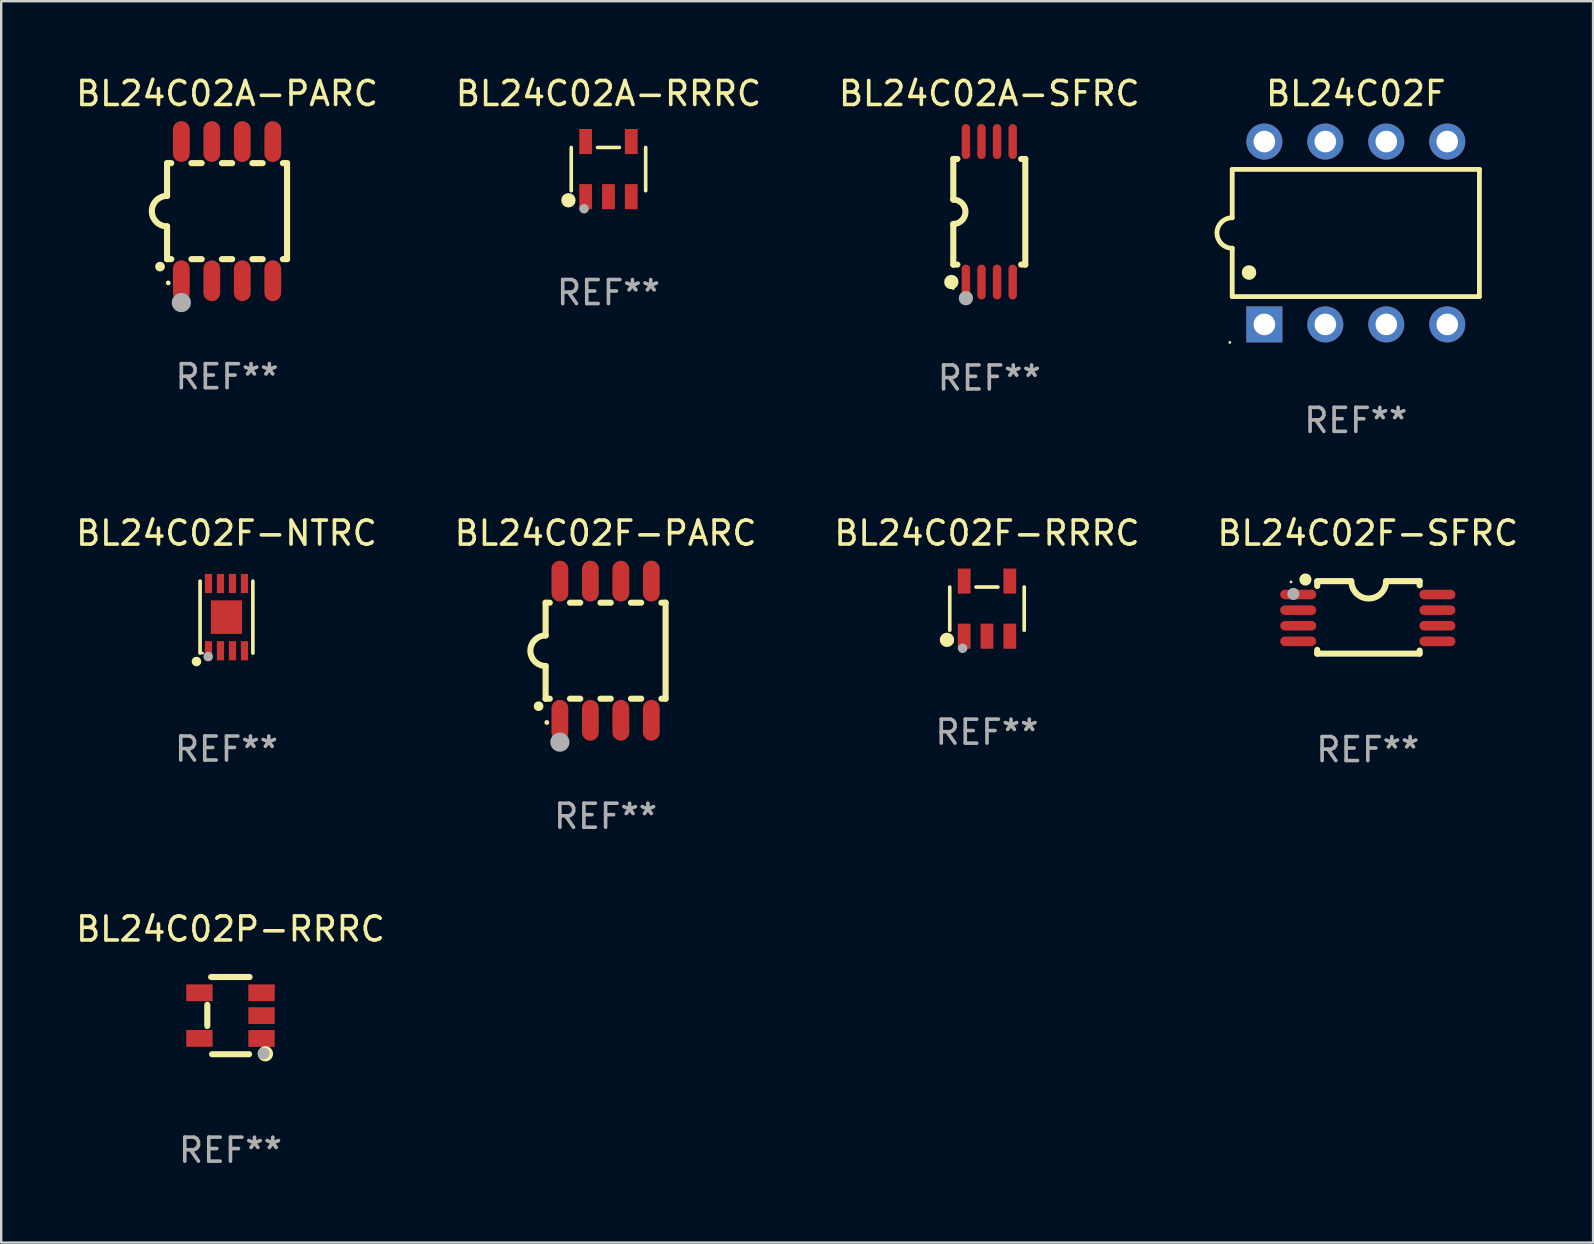
<source format=kicad_pcb>
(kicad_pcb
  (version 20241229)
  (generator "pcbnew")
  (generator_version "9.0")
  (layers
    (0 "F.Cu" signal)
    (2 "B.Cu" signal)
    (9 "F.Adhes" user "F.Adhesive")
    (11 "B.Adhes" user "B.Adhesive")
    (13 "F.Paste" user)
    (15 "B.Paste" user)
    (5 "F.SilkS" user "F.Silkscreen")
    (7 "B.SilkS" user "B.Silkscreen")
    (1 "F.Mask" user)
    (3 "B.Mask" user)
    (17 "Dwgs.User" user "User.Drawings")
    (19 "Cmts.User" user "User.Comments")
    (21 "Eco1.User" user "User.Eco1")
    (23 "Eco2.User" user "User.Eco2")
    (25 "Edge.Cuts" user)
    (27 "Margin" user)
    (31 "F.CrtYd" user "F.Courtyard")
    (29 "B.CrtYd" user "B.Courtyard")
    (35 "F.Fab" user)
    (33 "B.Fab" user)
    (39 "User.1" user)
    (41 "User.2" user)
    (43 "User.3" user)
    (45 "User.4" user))
  (footprint "BL24C02A-SFRC"
    (layer "F.Cu")
    (at 38.173 5.775)
    (property "Reference" "BL24C02A-SFRC" (at 0 -4.927 0) (layer "F.SilkS") (effects (font (size 1 1) (thickness 0.15))))
    (attr through_hole)
    (fp_line (start -1.5 -2.2) (end -1.5 -0.508) (stroke (width 0.254) (type solid)) (layer "F.SilkS"))
    (fp_line (start -1.5 -2.2) (end -1.328 -2.2) (stroke (width 0.254) (type solid)) (layer "F.SilkS"))
    (fp_line (start -1.5 2.2) (end -1.5 0.508) (stroke (width 0.254) (type solid)) (layer "F.SilkS"))
    (fp_line (start -1.5 2.2) (end -1.328 2.2) (stroke (width 0.254) (type solid)) (layer "F.SilkS"))
    (fp_line (start 1.328 -2.2) (end 1.5 -2.2) (stroke (width 0.254) (type solid)) (layer "F.SilkS"))
    (fp_line (start 1.328 2.2) (end 1.5 2.2) (stroke (width 0.254) (type solid)) (layer "F.SilkS"))
    (fp_line (start 1.5 -2.2) (end 1.5 2.2) (stroke (width 0.254) (type solid)) (layer "F.SilkS"))
    (fp_arc (start -1.501144 -0.508) (mid -0.993143 -0.000571) (end -1.5 0.508001) (stroke (width 0.254001) (type solid)) (layer "F.SilkS"))
    (fp_circle (center -1.581 2.927) (end -1.431 2.927) (stroke (width 0.3) (type solid)) (fill no) (layer "F.SilkS"))
    (fp_circle (center -1.5 3.2) (end -1.47 3.2) (stroke (width 0.06) (type solid)) (fill no) (layer "F.SilkS"))
    (fp_circle (center -0.975 3.6) (end -0.825 3.6) (stroke (width 0.3) (type solid)) (fill no) (layer "F.Fab"))
    (fp_text user "REF**" (at 0 6.927 0) (layer "F.Fab") (effects (font (size 1 1) (thickness 0.15))))
    (pad "1" smd oval (at -0.975 2.927) (size 0.353 1.454) (layers "F.Cu" "F.Mask" "F.Paste"))
    (pad "2" smd oval (at -0.325 2.927) (size 0.353 1.454) (layers "F.Cu" "F.Mask" "F.Paste"))
    (pad "3" smd oval (at 0.325 2.927) (size 0.353 1.454) (layers "F.Cu" "F.Mask" "F.Paste"))
    (pad "4" smd oval (at 0.975 2.927) (size 0.353 1.454) (layers "F.Cu" "F.Mask" "F.Paste"))
    (pad "5" smd oval (at 0.975 -2.927) (size 0.353 1.454) (layers "F.Cu" "F.Mask" "F.Paste"))
    (pad "6" smd oval (at 0.325 -2.927) (size 0.353 1.454) (layers "F.Cu" "F.Mask" "F.Paste"))
    (pad "7" smd oval (at -0.325 -2.927) (size 0.353 1.454) (layers "F.Cu" "F.Mask" "F.Paste"))
    (pad "8" smd oval (at -0.975 -2.927) (size 0.353 1.454) (layers "F.Cu" "F.Mask" "F.Paste")))
  (footprint "BL24C02F"
    (layer "F.Cu")
    (at 53.446 6.658)
    (property "Reference" "BL24C02F" (at 0 -5.81 0) (layer "F.SilkS") (effects (font (size 1 1) (thickness 0.15))))
    (attr through_hole)
    (fp_line (start -5.15 -2.65) (end 5.15 -2.65) (stroke (width 0.2) (type solid)) (layer "F.SilkS"))
    (fp_line (start -5.15 -0.635) (end -5.15 -2.65) (stroke (width 0.2) (type solid)) (layer "F.SilkS"))
    (fp_line (start -5.15 2.65) (end -5.15 0.635) (stroke (width 0.2) (type solid)) (layer "F.SilkS"))
    (fp_line (start 5.15 -2.65) (end 5.15 2.65) (stroke (width 0.2) (type solid)) (layer "F.SilkS"))
    (fp_line (start 5.15 2.65) (end -5.15 2.65) (stroke (width 0.2) (type solid)) (layer "F.SilkS"))
    (fp_arc (start -5.15113 0.635001) (mid -5.786131 0) (end -5.15113 -0.635001) (stroke (width 0.2) (type solid)) (layer "F.SilkS"))
    (fp_arc (start -4.450089 1.651003) (mid -4.4501 1.648463) (end -4.450089 1.645923) (stroke (width 0.6) (type solid)) (layer "F.SilkS"))
    (fp_circle (center -5.25 4.56) (end -5.22 4.56) (stroke (width 0.06) (type solid)) (fill no) (layer "F.SilkS"))
    (fp_text user "REF**" (at 0 7.81 0) (layer "F.Fab") (effects (font (size 1 1) (thickness 0.15))))
    (pad "1" thru_hole rect (at -3.81 3.81 90) (size 1.5 1.5) (drill 0.9) (layers "*.Cu" "*.Mask"))
    (pad "2" thru_hole circle (at -1.27 3.81) (size 1.5 1.5) (drill 0.9) (layers "*.Cu" "*.Mask"))
    (pad "3" thru_hole circle (at 1.27 3.81) (size 1.5 1.5) (drill 0.9) (layers "*.Cu" "*.Mask"))
    (pad "4" thru_hole circle (at 3.81 3.81) (size 1.5 1.5) (drill 0.9) (layers "*.Cu" "*.Mask"))
    (pad "5" thru_hole circle (at 3.81 -3.81) (size 1.5 1.5) (drill 0.9) (layers "*.Cu" "*.Mask"))
    (pad "6" thru_hole circle (at 1.27 -3.81) (size 1.5 1.5) (drill 0.9) (layers "*.Cu" "*.Mask"))
    (pad "7" thru_hole circle (at -1.27 -3.81) (size 1.5 1.5) (drill 0.9) (layers "*.Cu" "*.Mask"))
    (pad "8" thru_hole circle (at -3.81 -3.81) (size 1.5 1.5) (drill 0.9) (layers "*.Cu" "*.Mask")))
  (footprint "BL24C02F-SFRC"
    (layer "F.Cu")
    (at 53.946 22.676)
    (property "Reference" "BL24C02F-SFRC" (at 0 -3.511 0) (layer "F.SilkS") (effects (font (size 1 1) (thickness 0.15))))
    (attr through_hole)
    (fp_line (start -2.108 -1.511) (end -0.711 -1.511) (stroke (width 0.254) (type solid)) (layer "F.SilkS"))
    (fp_line (start -2.108 -1.309) (end -2.108 -1.486) (stroke (width 0.254) (type solid)) (layer "F.SilkS"))
    (fp_line (start -2.108 1.511) (end -2.108 1.355) (stroke (width 0.254) (type solid)) (layer "F.SilkS"))
    (fp_line (start 0.762 -1.511) (end 2.159 -1.511) (stroke (width 0.254) (type solid)) (layer "F.SilkS"))
    (fp_line (start 2.159 -1.511) (end 2.159 -1.339) (stroke (width 0.254) (type solid)) (layer "F.SilkS"))
    (fp_line (start 2.159 1.384) (end 2.159 1.511) (stroke (width 0.254) (type solid)) (layer "F.SilkS"))
    (fp_line (start 2.159 1.511) (end -2.108 1.511) (stroke (width 0.254) (type solid)) (layer "F.SilkS"))
    (fp_arc (start 0.762002 -1.511303) (mid 0.0381 -0.787401) (end -0.685802 -1.511303) (stroke (width 0.254001) (type solid)) (layer "F.SilkS"))
    (fp_circle (center -3.2 -1.477) (end -3.17 -1.477) (stroke (width 0.06) (type solid)) (fill no) (layer "F.SilkS"))
    (fp_circle (center -2.6 -1.577) (end -2.473 -1.577) (stroke (width 0.254) (type solid)) (fill no) (layer "F.SilkS"))
    (fp_circle (center -3.1 -0.977) (end -2.973 -0.977) (stroke (width 0.254) (type solid)) (fill no) (layer "F.Fab"))
    (fp_text user "REF**" (at 0 5.511 0) (layer "F.Fab") (effects (font (size 1 1) (thickness 0.15))))
    (pad "1" smd oval (at -2.9 -0.953 90) (size 0.4 1.5) (layers "F.Cu" "F.Mask" "F.Paste"))
    (pad "2" smd oval (at -2.9 -0.302 90) (size 0.4 1.5) (layers "F.Cu" "F.Mask" "F.Paste"))
    (pad "3" smd oval (at -2.9 0.348 90) (size 0.4 1.5) (layers "F.Cu" "F.Mask" "F.Paste"))
    (pad "4" smd oval (at -2.9 0.998 90) (size 0.4 1.5) (layers "F.Cu" "F.Mask" "F.Paste"))
    (pad "5" smd oval (at 2.9 0.998 90) (size 0.4 1.5) (layers "F.Cu" "F.Mask" "F.Paste"))
    (pad "6" smd oval (at 2.9 0.348 90) (size 0.4 1.5) (layers "F.Cu" "F.Mask" "F.Paste"))
    (pad "7" smd oval (at 2.9 -0.302 90) (size 0.4 1.5) (layers "F.Cu" "F.Mask" "F.Paste"))
    (pad "8" smd oval (at 2.9 -0.953 90) (size 0.4 1.5) (layers "F.Cu" "F.Mask" "F.Paste")))
  (footprint "BL24C02F-NTRC"
    (layer "F.Cu")
    (at 6.387 22.665)
    (property "Reference" "BL24C02F-NTRC" (at 0 -3.5 0) (layer "F.SilkS") (effects (font (size 1 1) (thickness 0.15))))
    (attr through_hole)
    (fp_line (start -1.1 1.5) (end -1.1 -1.5) (stroke (width 0.152) (type solid)) (layer "F.SilkS"))
    (fp_line (start 1.1 -1.5) (end 1.1 1.5) (stroke (width 0.152) (type solid)) (layer "F.SilkS"))
    (fp_circle (center -1.25 1.85) (end -1.15 1.85) (stroke (width 0.2) (type solid)) (fill no) (layer "F.SilkS"))
    (fp_circle (center -1 1.5) (end -0.97 1.5) (stroke (width 0.06) (type solid)) (fill no) (layer "F.SilkS"))
    (fp_circle (center -0.763 1.644) (end -0.663 1.644) (stroke (width 0.2) (type solid)) (fill no) (layer "F.Fab"))
    (fp_text user "REF**" (at 0 5.5 0) (layer "F.Fab") (effects (font (size 1 1) (thickness 0.15))))
    (pad "1" smd rect (at -0.75 1.4 180) (size 0.3 0.8) (layers "F.Cu" "F.Mask" "F.Paste"))
    (pad "2" smd rect (at -0.25 1.4) (size 0.3 0.8) (layers "F.Cu" "F.Mask" "F.Paste"))
    (pad "3" smd rect (at 0.25 1.4) (size 0.3 0.8) (layers "F.Cu" "F.Mask" "F.Paste"))
    (pad "4" smd rect (at 0.75 1.4) (size 0.3 0.8) (layers "F.Cu" "F.Mask" "F.Paste"))
    (pad "5" smd rect (at 0.75 -1.4) (size 0.3 0.8) (layers "F.Cu" "F.Mask" "F.Paste"))
    (pad "6" smd rect (at 0.25 -1.4) (size 0.3 0.8) (layers "F.Cu" "F.Mask" "F.Paste"))
    (pad "7" smd rect (at -0.25 -1.4) (size 0.3 0.8) (layers "F.Cu" "F.Mask" "F.Paste"))
    (pad "8" smd rect (at -0.75 -1.4) (size 0.3 0.8) (layers "F.Cu" "F.Mask" "F.Paste"))
    (pad "9" smd rect (at 0 0 180) (size 1.3 1.4) (layers "F.Cu" "F.Mask" "F.Paste")))
  (footprint "BL24C02A-RRRC"
    (layer "F.Cu")
    (at 22.304 3.996)
    (property "Reference" "BL24C02A-RRRC" (at 0 -3.148 0) (layer "F.SilkS") (effects (font (size 1 1) (thickness 0.15))))
    (attr through_hole)
    (fp_line (start -1.551 0.901) (end -1.551 -0.901) (stroke (width 0.152) (type solid)) (layer "F.SilkS"))
    (fp_line (start 0.455 -0.901) (end -0.455 -0.901) (stroke (width 0.152) (type solid)) (layer "F.SilkS"))
    (fp_line (start 1.551 0.901) (end 1.551 -0.901) (stroke (width 0.152) (type solid)) (layer "F.SilkS"))
    (fp_circle (center -1.668 1.3) (end -1.518 1.3) (stroke (width 0.3) (type solid)) (fill no) (layer "F.SilkS"))
    (fp_circle (center -1.45 1.4) (end -1.42 1.4) (stroke (width 0.06) (type solid)) (fill no) (layer "F.SilkS"))
    (fp_circle (center -1.016 1.651) (end -0.916 1.651) (stroke (width 0.2) (type solid)) (fill no) (layer "F.Fab"))
    (fp_text user "REF**" (at 0 5.148 0) (layer "F.Fab") (effects (font (size 1 1) (thickness 0.15))))
    (pad "1" smd rect (at -0.95 1.148) (size 0.532 1.045) (layers "F.Cu" "F.Mask" "F.Paste"))
    (pad "2" smd rect (at 0 1.148) (size 0.532 1.045) (layers "F.Cu" "F.Mask" "F.Paste"))
    (pad "3" smd rect (at 0.95 1.148) (size 0.532 1.045) (layers "F.Cu" "F.Mask" "F.Paste"))
    (pad "4" smd rect (at 0.95 -1.148) (size 0.532 1.045) (layers "F.Cu" "F.Mask" "F.Paste"))
    (pad "5" smd rect (at -0.95 -1.148) (size 0.532 1.045) (layers "F.Cu" "F.Mask" "F.Paste")))
  (footprint "BL24C02F-PARC"
    (layer "F.Cu")
    (at 22.185 24.065)
    (property "Reference" "BL24C02F-PARC" (at 0 -4.9 0) (layer "F.SilkS") (effects (font (size 1 1) (thickness 0.15))))
    (attr through_hole)
    (fp_line (start -2.5 -2) (end -2.5 -0.635) (stroke (width 0.254) (type solid)) (layer "F.SilkS"))
    (fp_line (start -2.5 -2) (end -2.326 -2) (stroke (width 0.254) (type solid)) (layer "F.SilkS"))
    (fp_line (start -2.5 2) (end -2.5 0.635) (stroke (width 0.254) (type solid)) (layer "F.SilkS"))
    (fp_line (start -2.5 2) (end -2.326 2) (stroke (width 0.254) (type solid)) (layer "F.SilkS"))
    (fp_line (start -1.484 -2) (end -1.056 -2) (stroke (width 0.254) (type solid)) (layer "F.SilkS"))
    (fp_line (start -1.484 2) (end -1.056 2) (stroke (width 0.254) (type solid)) (layer "F.SilkS"))
    (fp_line (start -0.214 -2) (end 0.214 -2) (stroke (width 0.254) (type solid)) (layer "F.SilkS"))
    (fp_line (start -0.214 2) (end 0.214 2) (stroke (width 0.254) (type solid)) (layer "F.SilkS"))
    (fp_line (start 1.056 -2) (end 1.484 -2) (stroke (width 0.254) (type solid)) (layer "F.SilkS"))
    (fp_line (start 1.056 2) (end 1.484 2) (stroke (width 0.254) (type solid)) (layer "F.SilkS"))
    (fp_line (start 2.326 -2) (end 2.5 -2) (stroke (width 0.254) (type solid)) (layer "F.SilkS"))
    (fp_line (start 2.326 2) (end 2.5 2) (stroke (width 0.254) (type solid)) (layer "F.SilkS"))
    (fp_line (start 2.5 -2) (end 2.5 2) (stroke (width 0.254) (type solid)) (layer "F.SilkS"))
    (fp_arc (start -2.794006 2.311405) (mid -2.792736 2.311401) (end -2.791466 2.311405) (stroke (width 0.4) (type solid)) (layer "F.SilkS"))
    (fp_arc (start -2.5 0.635001) (mid -3.134366 -0.000318) (end -2.499365 -0.635001) (stroke (width 0.254001) (type solid)) (layer "F.SilkS"))
    (fp_circle (center -2.45 2.99) (end -2.4 2.99) (stroke (width 0.1) (type solid)) (fill no) (layer "F.SilkS"))
    (fp_circle (center -1.905 3.81) (end -1.705 3.81) (stroke (width 0.4) (type solid)) (fill no) (layer "F.Fab"))
    (fp_text user "REF**" (at 0 6.9 0) (layer "F.Fab") (effects (font (size 1 1) (thickness 0.15))))
    (pad "1" smd oval (at -1.905 2.9 180) (size 0.7 1.7) (layers "F.Cu" "F.Mask" "F.Paste"))
    (pad "2" smd oval (at -0.635 2.9 180) (size 0.7 1.7) (layers "F.Cu" "F.Mask" "F.Paste"))
    (pad "3" smd oval (at 0.635 2.9 180) (size 0.7 1.7) (layers "F.Cu" "F.Mask" "F.Paste"))
    (pad "4" smd oval (at 1.905 2.9 180) (size 0.7 1.7) (layers "F.Cu" "F.Mask" "F.Paste"))
    (pad "5" smd oval (at 1.905 -2.9 180) (size 0.7 1.7) (layers "F.Cu" "F.Mask" "F.Paste"))
    (pad "6" smd oval (at 0.635 -2.9 180) (size 0.7 1.7) (layers "F.Cu" "F.Mask" "F.Paste"))
    (pad "7" smd oval (at -0.635 -2.9 180) (size 0.7 1.7) (layers "F.Cu" "F.Mask" "F.Paste"))
    (pad "8" smd oval (at -1.905 -2.9 180) (size 0.7 1.7) (layers "F.Cu" "F.Mask" "F.Paste")))
  (footprint "BL24C02A-PARC"
    (layer "F.Cu")
    (at 6.411 5.748)
    (property "Reference" "BL24C02A-PARC" (at 0 -4.9 0) (layer "F.SilkS") (effects (font (size 1 1) (thickness 0.15))))
    (attr through_hole)
    (fp_line (start -2.5 -2) (end -2.5 -0.635) (stroke (width 0.254) (type solid)) (layer "F.SilkS"))
    (fp_line (start -2.5 -2) (end -2.326 -2) (stroke (width 0.254) (type solid)) (layer "F.SilkS"))
    (fp_line (start -2.5 2) (end -2.5 0.635) (stroke (width 0.254) (type solid)) (layer "F.SilkS"))
    (fp_line (start -2.5 2) (end -2.326 2) (stroke (width 0.254) (type solid)) (layer "F.SilkS"))
    (fp_line (start -1.484 -2) (end -1.056 -2) (stroke (width 0.254) (type solid)) (layer "F.SilkS"))
    (fp_line (start -1.484 2) (end -1.056 2) (stroke (width 0.254) (type solid)) (layer "F.SilkS"))
    (fp_line (start -0.214 -2) (end 0.214 -2) (stroke (width 0.254) (type solid)) (layer "F.SilkS"))
    (fp_line (start -0.214 2) (end 0.214 2) (stroke (width 0.254) (type solid)) (layer "F.SilkS"))
    (fp_line (start 1.056 -2) (end 1.484 -2) (stroke (width 0.254) (type solid)) (layer "F.SilkS"))
    (fp_line (start 1.056 2) (end 1.484 2) (stroke (width 0.254) (type solid)) (layer "F.SilkS"))
    (fp_line (start 2.326 -2) (end 2.5 -2) (stroke (width 0.254) (type solid)) (layer "F.SilkS"))
    (fp_line (start 2.326 2) (end 2.5 2) (stroke (width 0.254) (type solid)) (layer "F.SilkS"))
    (fp_line (start 2.5 -2) (end 2.5 2) (stroke (width 0.254) (type solid)) (layer "F.SilkS"))
    (fp_arc (start -2.794006 2.311405) (mid -2.792736 2.311401) (end -2.791466 2.311405) (stroke (width 0.4) (type solid)) (layer "F.SilkS"))
    (fp_arc (start -2.5 0.635001) (mid -3.134366 -0.000318) (end -2.499365 -0.635001) (stroke (width 0.254001) (type solid)) (layer "F.SilkS"))
    (fp_circle (center -2.45 2.99) (end -2.4 2.99) (stroke (width 0.1) (type solid)) (fill no) (layer "F.SilkS"))
    (fp_circle (center -1.905 3.81) (end -1.705 3.81) (stroke (width 0.4) (type solid)) (fill no) (layer "F.Fab"))
    (fp_text user "REF**" (at 0 6.9 0) (layer "F.Fab") (effects (font (size 1 1) (thickness 0.15))))
    (pad "1" smd oval (at -1.905 2.9 180) (size 0.7 1.7) (layers "F.Cu" "F.Mask" "F.Paste"))
    (pad "2" smd oval (at -0.635 2.9 180) (size 0.7 1.7) (layers "F.Cu" "F.Mask" "F.Paste"))
    (pad "3" smd oval (at 0.635 2.9 180) (size 0.7 1.7) (layers "F.Cu" "F.Mask" "F.Paste"))
    (pad "4" smd oval (at 1.905 2.9 180) (size 0.7 1.7) (layers "F.Cu" "F.Mask" "F.Paste"))
    (pad "5" smd oval (at 1.905 -2.9 180) (size 0.7 1.7) (layers "F.Cu" "F.Mask" "F.Paste"))
    (pad "6" smd oval (at 0.635 -2.9 180) (size 0.7 1.7) (layers "F.Cu" "F.Mask" "F.Paste"))
    (pad "7" smd oval (at -0.635 -2.9 180) (size 0.7 1.7) (layers "F.Cu" "F.Mask" "F.Paste"))
    (pad "8" smd oval (at -1.905 -2.9 180) (size 0.7 1.7) (layers "F.Cu" "F.Mask" "F.Paste")))
  (footprint "BL24C02P-RRRC"
    (layer "F.Cu")
    (at 6.554 39.27)
    (property "Reference" "BL24C02P-RRRC" (at 0 -3.609 0) (layer "F.SilkS") (effects (font (size 1 1) (thickness 0.15))))
    (attr through_hole)
    (fp_line (start -0.966 0.433) (end -0.966 -0.451) (stroke (width 0.254) (type solid)) (layer "F.SilkS"))
    (fp_line (start -0.806 -1.609) (end 0.794 -1.609) (stroke (width 0.254) (type solid)) (layer "F.SilkS"))
    (fp_line (start -0.766 1.609) (end 0.774 1.609) (stroke (width 0.254) (type solid)) (layer "F.SilkS"))
    (fp_circle (center 1.4 1.45) (end 1.43 1.45) (stroke (width 0.06) (type solid)) (fill no) (layer "F.SilkS"))
    (fp_circle (center 1.456 1.589) (end 1.52 1.589) (stroke (width 0.254) (type solid)) (fill no) (layer "F.SilkS"))
    (fp_circle (center 1.38 1.58) (end 1.505 1.58) (stroke (width 0.25) (type solid)) (fill no) (layer "F.Fab"))
    (fp_text user "REF**" (at 0 5.609 0) (layer "F.Fab") (effects (font (size 1 1) (thickness 0.15))))
    (pad "1" smd rect (at 1.294 0.951) (size 1.1 0.7) (layers "F.Cu" "F.Mask" "F.Paste"))
    (pad "2" smd rect (at 1.294 0.001) (size 1.1 0.7) (layers "F.Cu" "F.Mask" "F.Paste"))
    (pad "3" smd rect (at 1.294 -0.951) (size 1.1 0.7) (layers "F.Cu" "F.Mask" "F.Paste"))
    (pad "4" smd rect (at -1.294 -0.951 180) (size 1.1 0.7) (layers "F.Cu" "F.Mask" "F.Paste"))
    (pad "5" smd rect (at -1.294 0.949 180) (size 1.1 0.7) (layers "F.Cu" "F.Mask" "F.Paste")))
  (footprint "BL24C02F-RRRC"
    (layer "F.Cu")
    (at 38.077 22.312)
    (property "Reference" "BL24C02F-RRRC" (at 0 -3.148 0) (layer "F.SilkS") (effects (font (size 1 1) (thickness 0.15))))
    (attr through_hole)
    (fp_line (start -1.551 0.901) (end -1.551 -0.901) (stroke (width 0.152) (type solid)) (layer "F.SilkS"))
    (fp_line (start 0.455 -0.901) (end -0.455 -0.901) (stroke (width 0.152) (type solid)) (layer "F.SilkS"))
    (fp_line (start 1.551 0.901) (end 1.551 -0.901) (stroke (width 0.152) (type solid)) (layer "F.SilkS"))
    (fp_circle (center -1.668 1.3) (end -1.518 1.3) (stroke (width 0.3) (type solid)) (fill no) (layer "F.SilkS"))
    (fp_circle (center -1.45 1.4) (end -1.42 1.4) (stroke (width 0.06) (type solid)) (fill no) (layer "F.SilkS"))
    (fp_circle (center -1.016 1.651) (end -0.916 1.651) (stroke (width 0.2) (type solid)) (fill no) (layer "F.Fab"))
    (fp_text user "REF**" (at 0 5.148 0) (layer "F.Fab") (effects (font (size 1 1) (thickness 0.15))))
    (pad "1" smd rect (at -0.95 1.148) (size 0.532 1.045) (layers "F.Cu" "F.Mask" "F.Paste"))
    (pad "2" smd rect (at 0 1.148) (size 0.532 1.045) (layers "F.Cu" "F.Mask" "F.Paste"))
    (pad "3" smd rect (at 0.95 1.148) (size 0.532 1.045) (layers "F.Cu" "F.Mask" "F.Paste"))
    (pad "4" smd rect (at 0.95 -1.148) (size 0.532 1.045) (layers "F.Cu" "F.Mask" "F.Paste"))
    (pad "5" smd rect (at -0.95 -1.148) (size 0.532 1.045) (layers "F.Cu" "F.Mask" "F.Paste")))
  (gr_rect
    (start -3 -3)
    (end 63.333 48.727)
    (stroke (width 0.1) (type default))
    (fill no)
    (layer "Edge.Cuts")))
</source>
